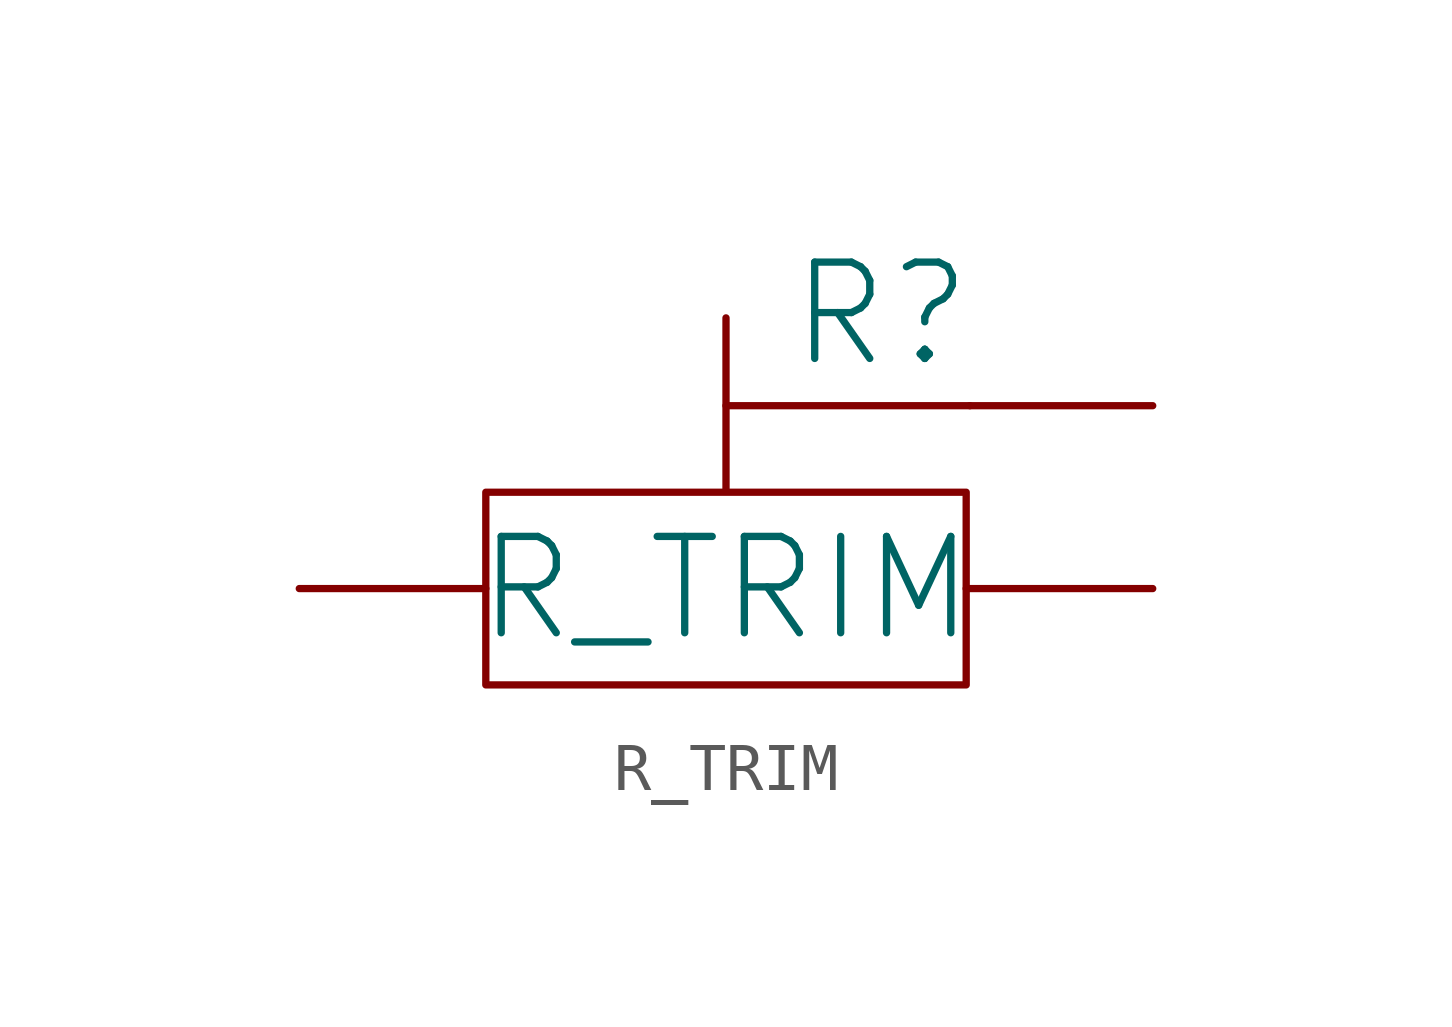
<source format=kicad_sym>
(kicad_symbol_lib
  (version 20231120)
  (generator "kicad_symbol_editor")
  (generator_version "8.0")
  (symbol "R_TRIM"
    (pin_numbers hide)
    (pin_names
      (offset 0) hide)
    (property "Reference" "R"
      (at 1.27 5.715 0)
      (effects (font (size 2.007 2.007)) (justify left)))
    (property "Value" "R_TRIM"
      (at 0 0 0)
      (effects (font (size 2.007 2.007))))
    (symbol "R_TRIM_0_1"
      (rectangle (start -5.004 2.007) (end 5.004 -2.007) (stroke (width 0) (type solid)) (fill (type none)))
      (polyline (pts (xy 0 2.032) (xy 0 5.639)) (stroke (width 0) (type solid)) (fill (type none)))
      (polyline (pts (xy 0 3.81) (xy 5.08 3.81)) (stroke (width 0) (type solid)) (fill (type none))))
    (symbol "R_TRIM_1_1"
      (pin passive line (at -8.89 0 0) (length 3.886) (name "~" (effects (font (size 2.007 2.007)))) (number "1" (effects (font (size 2.007 2.007)))))
      (pin passive line (at 8.89 3.81 180) (length 3.81) (name "~" (effects (font (size 2.007 2.007)))) (number "2" (effects (font (size 2.007 2.007)))))
      (pin passive line (at 8.89 0 180) (length 3.886) (name "~" (effects (font (size 2.007 2.007)))) (number "3" (effects (font (size 2.007 2.007))))))))
</source>
